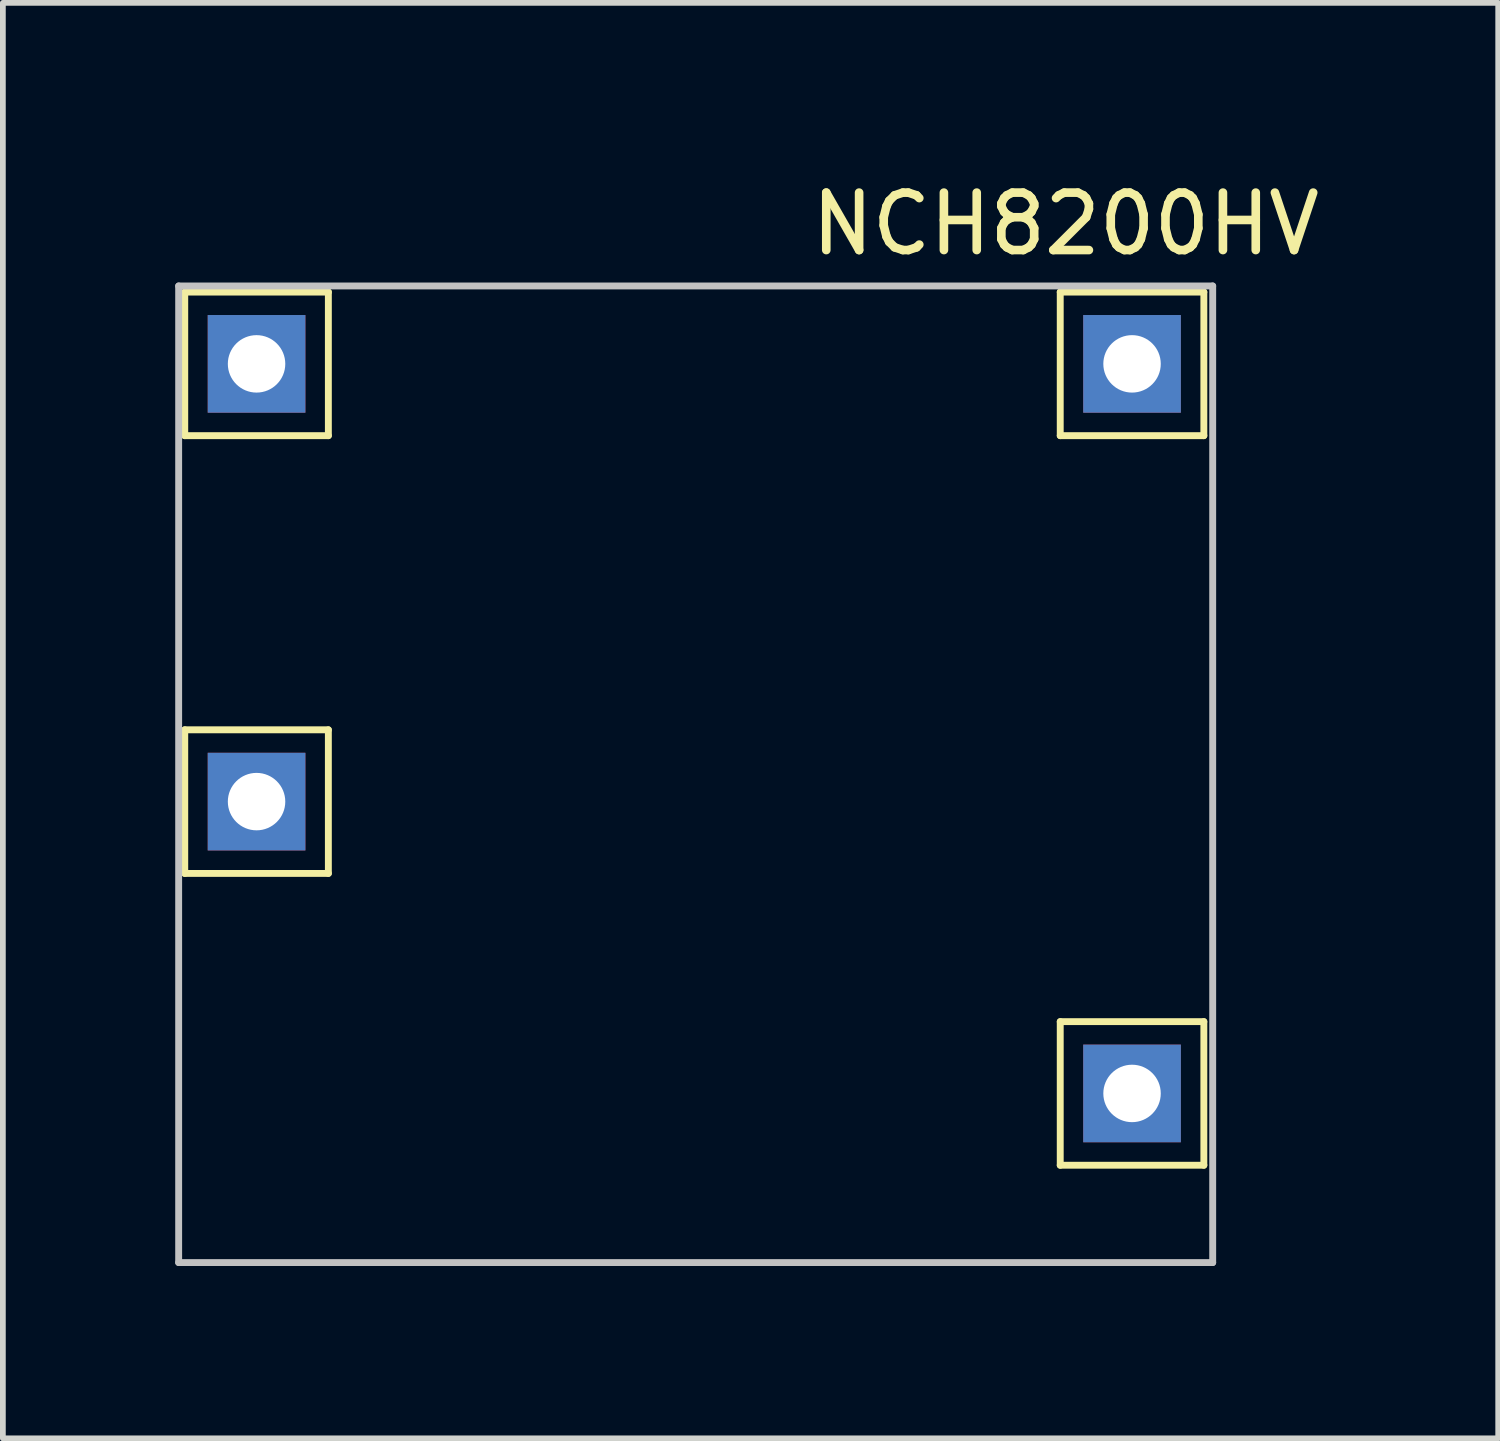
<source format=kicad_pcb>
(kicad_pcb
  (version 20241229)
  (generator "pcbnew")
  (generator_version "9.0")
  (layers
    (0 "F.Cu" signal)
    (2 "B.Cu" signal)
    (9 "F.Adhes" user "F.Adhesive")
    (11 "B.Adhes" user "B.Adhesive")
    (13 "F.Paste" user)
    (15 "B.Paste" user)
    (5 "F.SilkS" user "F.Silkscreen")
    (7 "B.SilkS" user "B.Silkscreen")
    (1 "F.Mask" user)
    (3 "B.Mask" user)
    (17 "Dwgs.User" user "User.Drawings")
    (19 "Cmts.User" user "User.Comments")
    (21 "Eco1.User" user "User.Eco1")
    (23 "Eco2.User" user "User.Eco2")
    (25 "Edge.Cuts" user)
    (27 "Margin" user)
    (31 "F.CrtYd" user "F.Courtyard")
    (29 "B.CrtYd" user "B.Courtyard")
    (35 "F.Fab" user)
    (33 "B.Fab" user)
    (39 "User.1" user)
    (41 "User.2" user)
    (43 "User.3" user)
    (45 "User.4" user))
  (footprint "NCH8200HV"
    (layer "F.Cu")
    (at 9.1 8.248)
    (property "Reference" "NCH8200HV" (at 6.4 -7.4 0) (layer "F.SilkS") (effects (font (size 1 1) (thickness 0.15))))
    (attr through_hole)
    (fp_line (start -8.934 -6.214) (end -6.434 -6.214) (stroke (width 0.12) (type solid)) (layer "F.SilkS"))
    (fp_line (start -8.934 -3.714) (end -8.934 -6.214) (stroke (width 0.12) (type solid)) (layer "F.SilkS"))
    (fp_line (start -8.934 -3.714) (end -6.434 -3.714) (stroke (width 0.12) (type solid)) (layer "F.SilkS"))
    (fp_line (start -8.934 1.406) (end -6.434 1.406) (stroke (width 0.12) (type solid)) (layer "F.SilkS"))
    (fp_line (start -8.934 3.906) (end -8.934 1.406) (stroke (width 0.12) (type solid)) (layer "F.SilkS"))
    (fp_line (start -8.934 3.906) (end -6.434 3.906) (stroke (width 0.12) (type solid)) (layer "F.SilkS"))
    (fp_line (start -6.434 -3.714) (end -6.434 -6.214) (stroke (width 0.12) (type solid)) (layer "F.SilkS"))
    (fp_line (start -6.434 3.906) (end -6.434 1.406) (stroke (width 0.12) (type solid)) (layer "F.SilkS"))
    (fp_line (start 6.306 -6.214) (end 8.806 -6.214) (stroke (width 0.12) (type solid)) (layer "F.SilkS"))
    (fp_line (start 6.306 -3.714) (end 6.306 -6.214) (stroke (width 0.12) (type solid)) (layer "F.SilkS"))
    (fp_line (start 6.306 -3.714) (end 8.806 -3.714) (stroke (width 0.12) (type solid)) (layer "F.SilkS"))
    (fp_line (start 6.306 6.486) (end 8.806 6.486) (stroke (width 0.12) (type solid)) (layer "F.SilkS"))
    (fp_line (start 6.306 8.986) (end 6.306 6.486) (stroke (width 0.12) (type solid)) (layer "F.SilkS"))
    (fp_line (start 6.306 8.986) (end 8.806 8.986) (stroke (width 0.12) (type solid)) (layer "F.SilkS"))
    (fp_line (start 8.806 -3.714) (end 8.806 -6.214) (stroke (width 0.12) (type solid)) (layer "F.SilkS"))
    (fp_line (start 8.806 8.986) (end 8.806 6.486) (stroke (width 0.12) (type solid)) (layer "F.SilkS"))
    (fp_line (start -9.04 -6.32) (end -9.04 10.68) (stroke (width 0.12) (type solid)) (layer "Dwgs.User"))
    (fp_line (start -9.04 -6.32) (end 8.96 -6.32) (stroke (width 0.12) (type solid)) (layer "Dwgs.User"))
    (fp_line (start 8.96 10.68) (end -9.04 10.68) (stroke (width 0.12) (type solid)) (layer "Dwgs.User"))
    (fp_line (start 8.96 10.68) (end 8.96 -6.32) (stroke (width 0.12) (type solid)) (layer "Dwgs.User"))
    (pad "1" thru_hole rect (at -7.684 -4.964) (size 1.7 1.7) (drill 1) (layers "*.Cu" "*.Mask"))
    (pad "2" thru_hole rect (at 7.556 -4.964) (size 1.7 1.7) (drill 1) (layers "*.Cu" "*.Mask"))
    (pad "3" thru_hole rect (at -7.684 2.656) (size 1.7 1.7) (drill 1) (layers "*.Cu" "*.Mask"))
    (pad "3" thru_hole rect (at 7.556 7.736) (size 1.7 1.7) (drill 1) (layers "*.Cu" "*.Mask")))
  (gr_rect
    (start -3 -3)
    (end 23.03 21.988)
    (stroke (width 0.1) (type default))
    (fill no)
    (layer "Edge.Cuts")))
</source>
